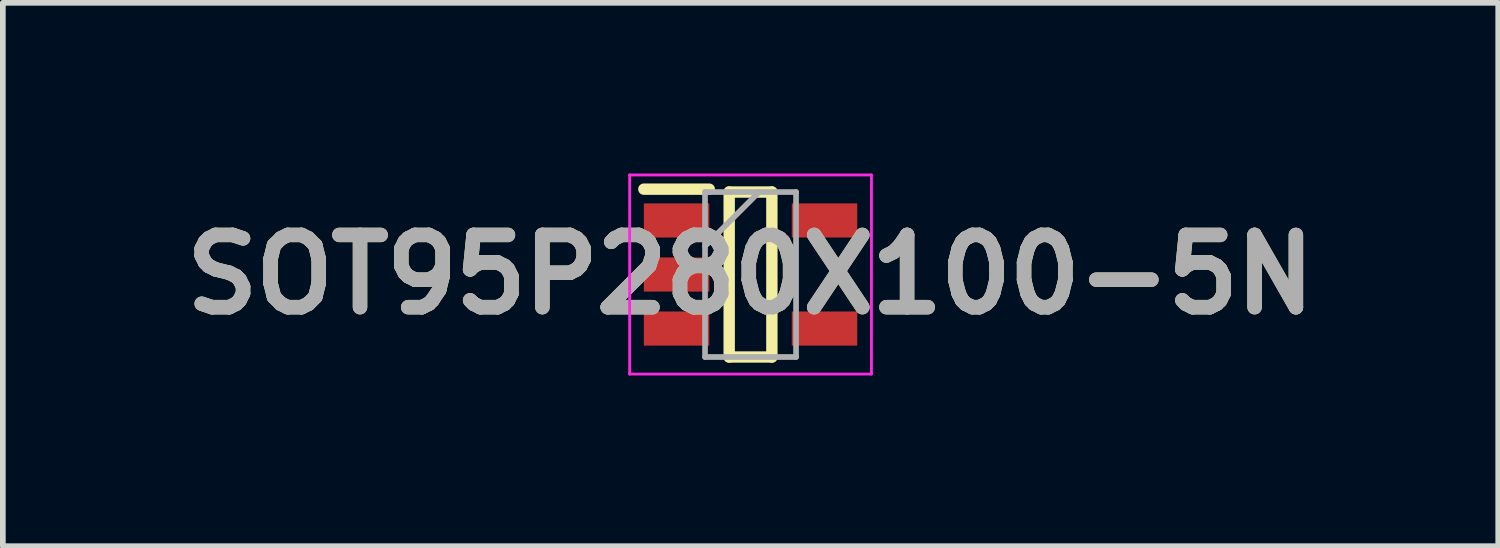
<source format=kicad_pcb>
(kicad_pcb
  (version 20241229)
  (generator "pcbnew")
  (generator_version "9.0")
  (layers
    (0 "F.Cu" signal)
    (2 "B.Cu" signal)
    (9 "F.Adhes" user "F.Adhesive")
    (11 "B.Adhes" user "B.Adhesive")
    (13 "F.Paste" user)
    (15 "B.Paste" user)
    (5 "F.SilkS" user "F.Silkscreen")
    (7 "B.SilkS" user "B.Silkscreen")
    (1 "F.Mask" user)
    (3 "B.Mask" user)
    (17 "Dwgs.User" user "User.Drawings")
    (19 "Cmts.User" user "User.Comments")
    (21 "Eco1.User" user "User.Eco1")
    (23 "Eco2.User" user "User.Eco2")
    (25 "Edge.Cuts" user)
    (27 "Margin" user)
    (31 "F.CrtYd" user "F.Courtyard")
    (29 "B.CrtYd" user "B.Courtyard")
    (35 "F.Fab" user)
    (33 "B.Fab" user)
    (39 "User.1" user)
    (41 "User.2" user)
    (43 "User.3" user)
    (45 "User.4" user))
  (footprint "SOT95P280X100-5N"
    (layer "F.Cu")
    (at 10.142 1.775)
    (property "Reference" "SOT95P280X100-5N" (at 0 0 0) (layer "F.SilkS") (effects (font (size 1.27 1.27) (thickness 0.254))))
    (attr smd)
    (fp_line (start -1.875 -1.5) (end -0.725 -1.5) (stroke (width 0.2) (type solid)) (layer "F.SilkS"))
    (fp_line (start -0.375 -1.45) (end 0.375 -1.45) (stroke (width 0.2) (type solid)) (layer "F.SilkS"))
    (fp_line (start -0.375 1.45) (end -0.375 -1.45) (stroke (width 0.2) (type solid)) (layer "F.SilkS"))
    (fp_line (start 0.375 -1.45) (end 0.375 1.45) (stroke (width 0.2) (type solid)) (layer "F.SilkS"))
    (fp_line (start 0.375 1.45) (end -0.375 1.45) (stroke (width 0.2) (type solid)) (layer "F.SilkS"))
    (fp_line (start -2.125 -1.75) (end 2.125 -1.75) (stroke (width 0.05) (type solid)) (layer "F.CrtYd"))
    (fp_line (start -2.125 1.75) (end -2.125 -1.75) (stroke (width 0.05) (type solid)) (layer "F.CrtYd"))
    (fp_line (start 2.125 -1.75) (end 2.125 1.75) (stroke (width 0.05) (type solid)) (layer "F.CrtYd"))
    (fp_line (start 2.125 1.75) (end -2.125 1.75) (stroke (width 0.05) (type solid)) (layer "F.CrtYd"))
    (fp_line (start -0.8 -1.45) (end 0.8 -1.45) (stroke (width 0.1) (type solid)) (layer "F.Fab"))
    (fp_line (start -0.8 -0.5) (end 0.15 -1.45) (stroke (width 0.1) (type solid)) (layer "F.Fab"))
    (fp_line (start -0.8 1.45) (end -0.8 -1.45) (stroke (width 0.1) (type solid)) (layer "F.Fab"))
    (fp_line (start 0.8 -1.45) (end 0.8 1.45) (stroke (width 0.1) (type solid)) (layer "F.Fab"))
    (fp_line (start 0.8 1.45) (end -0.8 1.45) (stroke (width 0.1) (type solid)) (layer "F.Fab"))
    (fp_text user "${REFERENCE}" (at 0 0 0) (layer "F.Fab") (effects (font (size 1.27 1.27) (thickness 0.254))))
    (pad "1" smd rect (at -1.3 -0.95 90) (size 0.6 1.15) (layers "F.Cu" "F.Mask" "F.Paste"))
    (pad "2" smd rect (at -1.3 0 90) (size 0.6 1.15) (layers "F.Cu" "F.Mask" "F.Paste"))
    (pad "3" smd rect (at -1.3 0.95 90) (size 0.6 1.15) (layers "F.Cu" "F.Mask" "F.Paste"))
    (pad "4" smd rect (at 1.3 0.95 90) (size 0.6 1.15) (layers "F.Cu" "F.Mask" "F.Paste"))
    (pad "5" smd rect (at 1.3 -0.95 90) (size 0.6 1.15) (layers "F.Cu" "F.Mask" "F.Paste")))
  (gr_rect
    (start -3 -3)
    (end 23.284 6.55)
    (stroke (width 0.1) (type default))
    (fill no)
    (layer "Edge.Cuts")))
</source>
